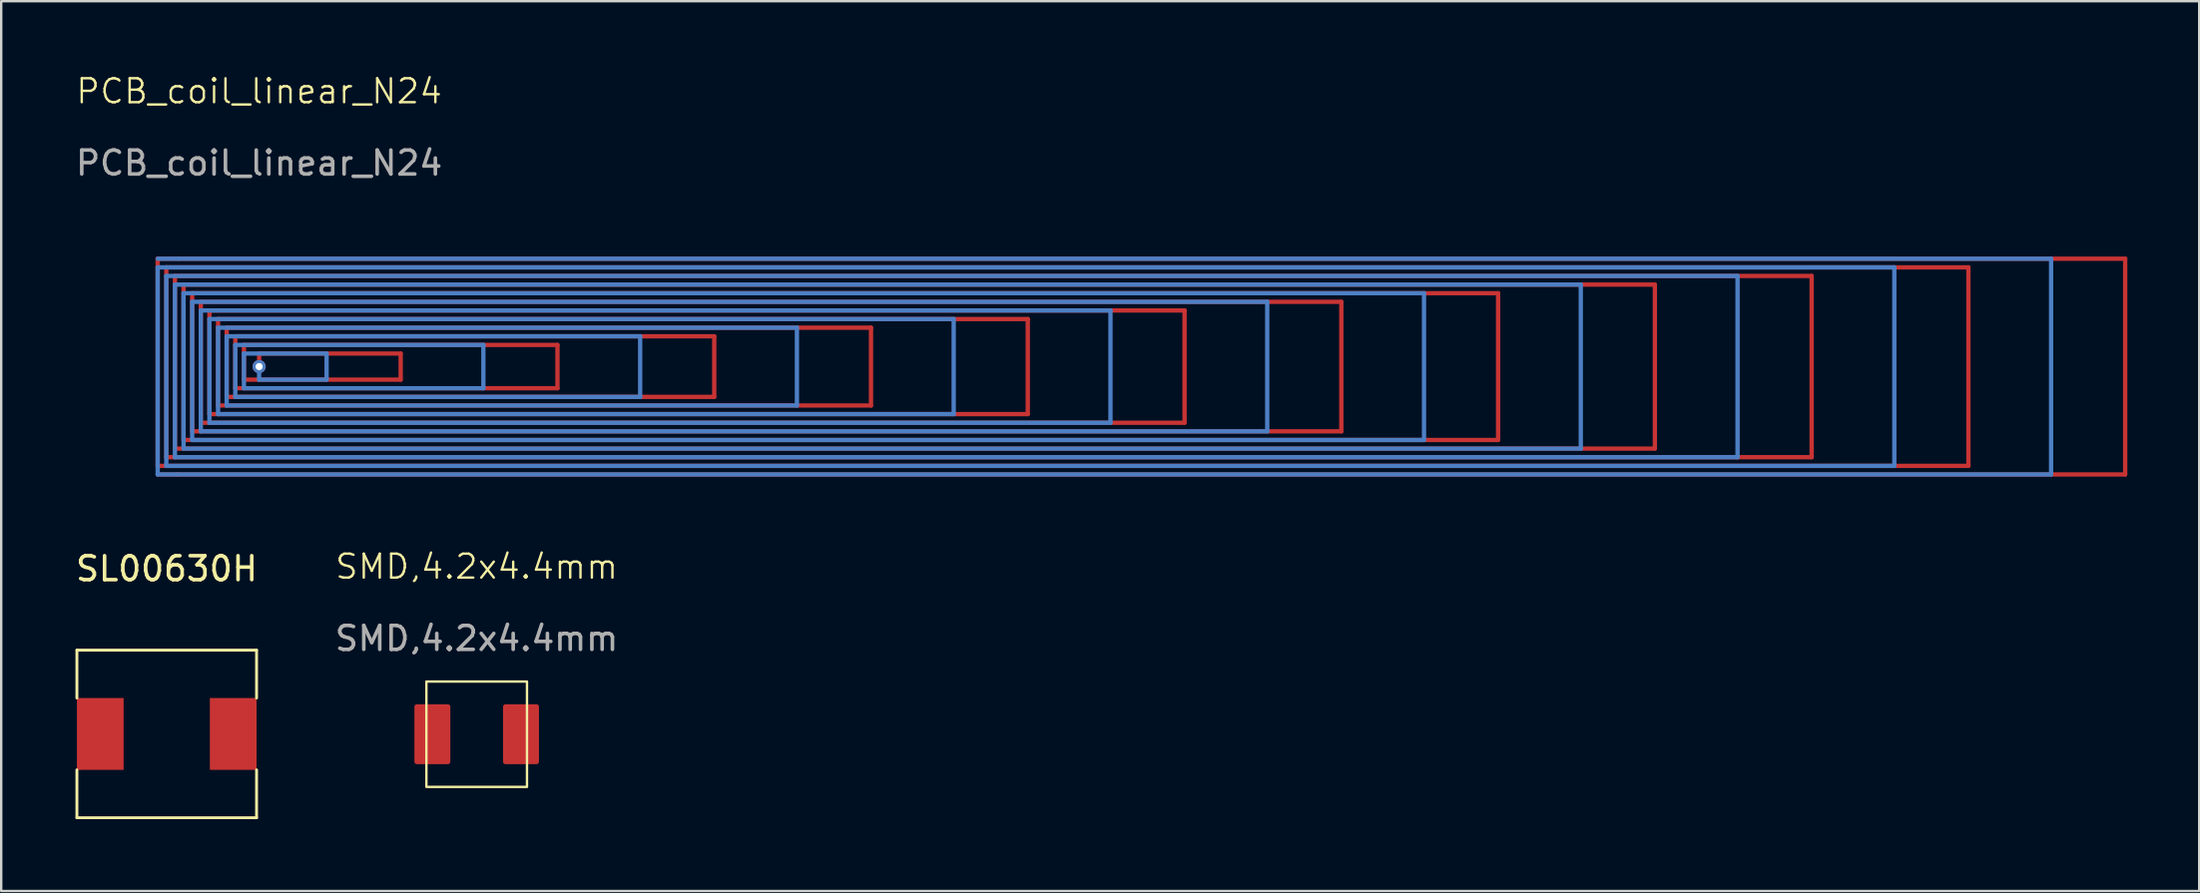
<source format=kicad_pcb>
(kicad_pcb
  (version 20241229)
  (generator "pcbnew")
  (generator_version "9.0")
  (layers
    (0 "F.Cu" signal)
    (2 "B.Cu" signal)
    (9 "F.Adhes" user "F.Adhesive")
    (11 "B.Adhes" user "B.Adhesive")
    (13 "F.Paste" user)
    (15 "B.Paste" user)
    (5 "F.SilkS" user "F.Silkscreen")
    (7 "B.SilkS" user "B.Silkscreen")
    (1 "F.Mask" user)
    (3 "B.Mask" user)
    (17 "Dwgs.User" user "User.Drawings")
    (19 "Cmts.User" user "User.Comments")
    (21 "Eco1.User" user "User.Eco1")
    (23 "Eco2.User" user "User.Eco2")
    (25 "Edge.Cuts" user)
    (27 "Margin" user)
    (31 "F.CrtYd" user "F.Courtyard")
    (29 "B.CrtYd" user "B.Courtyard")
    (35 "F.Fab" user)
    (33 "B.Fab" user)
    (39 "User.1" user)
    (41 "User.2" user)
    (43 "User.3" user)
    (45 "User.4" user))
  (footprint "SL00630H"
    (layer "F.Cu")
    (at 3.911 27.604)
    (property "Reference" "SL00630H" (at 0 -6.9 0) (layer "F.SilkS") (effects (font (size 1 1) (thickness 0.15))))
    (attr through_hole)
    (fp_line (start -3.75 -3.5) (end 3.75 -3.5) (stroke (width 0.12) (type solid)) (layer "F.SilkS"))
    (fp_line (start -3.75 -1.5) (end -3.75 -3.5) (stroke (width 0.12) (type solid)) (layer "F.SilkS"))
    (fp_line (start -3.75 3.5) (end -3.75 1.5) (stroke (width 0.12) (type solid)) (layer "F.SilkS"))
    (fp_line (start 3.75 -1.5) (end 3.75 -3.5) (stroke (width 0.12) (type solid)) (layer "F.SilkS"))
    (fp_line (start 3.75 3.5) (end -3.75 3.5) (stroke (width 0.12) (type solid)) (layer "F.SilkS"))
    (fp_line (start 3.75 3.5) (end 3.75 1.5) (stroke (width 0.12) (type solid)) (layer "F.SilkS"))
    (pad "1" smd rect (at -2.775 0) (size 1.95 3) (layers "F.Cu" "F.Mask" "F.Paste"))
    (pad "2" smd rect (at 2.775 0) (size 1.95 3) (layers "F.Cu" "F.Mask" "F.Paste")))
  (footprint "SMD,4.2x4.4mm"
    (layer "F.Cu")
    (at 16.851 27.616)
    (property "Reference" "SMD,4.2x4.4mm" (at 0 -7 0) (unlocked yes) (layer "F.SilkS") (effects (font (size 1 1) (thickness 0.1))))
    (attr smd)
    (fp_rect (start -2.1 -2.2) (end 2.1 2.2) (stroke (width 0.1) (type default)) (fill no) (layer "F.SilkS"))
    (fp_text user "${REFERENCE}" (at 0 -4 0) (unlocked yes) (layer "F.Fab") (effects (font (size 1 1) (thickness 0.15))))
    (pad "1" smd roundrect (at 1.85 0) (size 1.5 2.5) (layers "F.Cu" "F.Mask" "F.Paste") (roundrect_rratio 0.067))
    (pad "2" smd roundrect (at -1.85 0) (size 1.5 2.5) (layers "F.Cu" "F.Mask" "F.Paste") (roundrect_rratio 0.067)))
  (footprint "PCB_coil_linear_N24"
    (layer "F.Cu")
    (at 7.768 12.261)
    (property "Reference" "PCB_coil_linear_N24" (at 0 -11.5 0) (unlocked yes) (layer "F.SilkS") (effects (font (size 1 1) (thickness 0.1))))
    (attr exclude_from_pos_files exclude_from_bom)
    (fp_line (start -4.235 -4.505) (end 77.905 -4.505) (stroke (width 0.18) (type solid)) (layer "F.Cu"))
    (fp_line (start -4.235 4.145) (end -4.235 -4.505) (stroke (width 0.18) (type solid)) (layer "F.Cu"))
    (fp_line (start -3.875 -4.145) (end 71.36 -4.145) (stroke (width 0.18) (type solid)) (layer "F.Cu"))
    (fp_line (start -3.875 3.785) (end -3.875 -4.145) (stroke (width 0.18) (type solid)) (layer "F.Cu"))
    (fp_line (start -3.515 -3.785) (end 64.815 -3.785) (stroke (width 0.18) (type solid)) (layer "F.Cu"))
    (fp_line (start -3.515 3.425) (end -3.515 -3.785) (stroke (width 0.18) (type solid)) (layer "F.Cu"))
    (fp_line (start -3.155 -3.425) (end 58.27 -3.425) (stroke (width 0.18) (type solid)) (layer "F.Cu"))
    (fp_line (start -3.155 3.065) (end -3.155 -3.425) (stroke (width 0.18) (type solid)) (layer "F.Cu"))
    (fp_line (start -2.795 -3.065) (end 51.725 -3.065) (stroke (width 0.18) (type solid)) (layer "F.Cu"))
    (fp_line (start -2.795 2.705) (end -2.795 -3.065) (stroke (width 0.18) (type solid)) (layer "F.Cu"))
    (fp_line (start -2.435 -2.705) (end 45.18 -2.705) (stroke (width 0.18) (type solid)) (layer "F.Cu"))
    (fp_line (start -2.435 2.345) (end -2.435 -2.705) (stroke (width 0.18) (type solid)) (layer "F.Cu"))
    (fp_line (start -2.075 -2.345) (end 38.635 -2.345) (stroke (width 0.18) (type solid)) (layer "F.Cu"))
    (fp_line (start -2.075 1.985) (end -2.075 -2.345) (stroke (width 0.18) (type solid)) (layer "F.Cu"))
    (fp_line (start -1.715 -1.985) (end 32.09 -1.985) (stroke (width 0.18) (type solid)) (layer "F.Cu"))
    (fp_line (start -1.715 1.625) (end -1.715 -1.985) (stroke (width 0.18) (type solid)) (layer "F.Cu"))
    (fp_line (start -1.355 -1.625) (end -1.355 1.265) (stroke (width 0.18) (type solid)) (layer "F.Cu"))
    (fp_line (start -1.355 1.265) (end 19 1.265) (stroke (width 0.18) (type solid)) (layer "F.Cu"))
    (fp_line (start -0.995 -1.265) (end -0.995 0.905) (stroke (width 0.18) (type solid)) (layer "F.Cu"))
    (fp_line (start -0.995 0.905) (end 12.455 0.905) (stroke (width 0.18) (type solid)) (layer "F.Cu"))
    (fp_line (start -0.635 -0.905) (end -0.635 0.545) (stroke (width 0.18) (type solid)) (layer "F.Cu"))
    (fp_line (start -0.635 0.545) (end 5.91 0.545) (stroke (width 0.18) (type solid)) (layer "F.Cu"))
    (fp_line (start 0 -0.545) (end 5.91 -0.545) (stroke (width 0.18) (type solid)) (layer "F.Cu"))
    (fp_line (start 0 0) (end 0 -0.545) (stroke (width 0.18) (type solid)) (layer "F.Cu"))
    (fp_line (start 5.91 0.545) (end 5.91 -0.545) (stroke (width 0.18) (type solid)) (layer "F.Cu"))
    (fp_line (start 12.455 -0.905) (end -0.635 -0.905) (stroke (width 0.18) (type solid)) (layer "F.Cu"))
    (fp_line (start 12.455 0.905) (end 12.455 -0.905) (stroke (width 0.18) (type solid)) (layer "F.Cu"))
    (fp_line (start 19 -1.265) (end -0.995 -1.265) (stroke (width 0.18) (type solid)) (layer "F.Cu"))
    (fp_line (start 19 1.265) (end 19 -1.265) (stroke (width 0.18) (type solid)) (layer "F.Cu"))
    (fp_line (start 25.545 -1.625) (end -1.355 -1.625) (stroke (width 0.18) (type solid)) (layer "F.Cu"))
    (fp_line (start 25.545 1.625) (end -1.715 1.625) (stroke (width 0.18) (type solid)) (layer "F.Cu"))
    (fp_line (start 25.545 1.625) (end 25.545 -1.625) (stroke (width 0.18) (type solid)) (layer "F.Cu"))
    (fp_line (start 32.09 -1.985) (end 32.09 1.985) (stroke (width 0.18) (type solid)) (layer "F.Cu"))
    (fp_line (start 32.09 1.985) (end -2.075 1.985) (stroke (width 0.18) (type solid)) (layer "F.Cu"))
    (fp_line (start 38.635 -2.345) (end 38.635 2.345) (stroke (width 0.18) (type solid)) (layer "F.Cu"))
    (fp_line (start 38.635 2.345) (end -2.435 2.345) (stroke (width 0.18) (type solid)) (layer "F.Cu"))
    (fp_line (start 45.18 -2.705) (end 45.18 2.705) (stroke (width 0.18) (type solid)) (layer "F.Cu"))
    (fp_line (start 45.18 2.705) (end -2.795 2.705) (stroke (width 0.18) (type solid)) (layer "F.Cu"))
    (fp_line (start 51.725 -3.065) (end 51.725 3.065) (stroke (width 0.18) (type solid)) (layer "F.Cu"))
    (fp_line (start 51.725 3.065) (end -3.155 3.065) (stroke (width 0.18) (type solid)) (layer "F.Cu"))
    (fp_line (start 58.27 -3.425) (end 58.27 3.425) (stroke (width 0.18) (type solid)) (layer "F.Cu"))
    (fp_line (start 58.27 3.425) (end -3.515 3.425) (stroke (width 0.18) (type solid)) (layer "F.Cu"))
    (fp_line (start 64.815 -3.785) (end 64.815 3.785) (stroke (width 0.18) (type solid)) (layer "F.Cu"))
    (fp_line (start 64.815 3.785) (end -3.875 3.785) (stroke (width 0.18) (type solid)) (layer "F.Cu"))
    (fp_line (start 71.36 -4.145) (end 71.36 4.145) (stroke (width 0.18) (type solid)) (layer "F.Cu"))
    (fp_line (start 71.36 4.145) (end -4.235 4.145) (stroke (width 0.18) (type solid)) (layer "F.Cu"))
    (fp_line (start 77.905 -4.505) (end 77.905 4.505) (stroke (width 0.18) (type solid)) (layer "F.Cu"))
    (fp_line (start 77.905 4.505) (end -3.4 4.505) (stroke (width 0.18) (type solid)) (layer "F.Cu"))
    (fp_line (start -4.235 -4.145) (end -4.235 4.505) (stroke (width 0.18) (type solid)) (layer "B.Cu"))
    (fp_line (start -4.235 4.505) (end 74.812 4.505) (stroke (width 0.18) (type solid)) (layer "B.Cu"))
    (fp_line (start -3.875 -3.785) (end -3.875 4.145) (stroke (width 0.18) (type solid)) (layer "B.Cu"))
    (fp_line (start -3.875 4.145) (end 68.267 4.145) (stroke (width 0.18) (type solid)) (layer "B.Cu"))
    (fp_line (start -3.515 -3.425) (end -3.515 3.785) (stroke (width 0.18) (type solid)) (layer "B.Cu"))
    (fp_line (start -3.515 3.785) (end 61.722 3.785) (stroke (width 0.18) (type solid)) (layer "B.Cu"))
    (fp_line (start -3.155 -3.065) (end -3.155 3.425) (stroke (width 0.18) (type solid)) (layer "B.Cu"))
    (fp_line (start -3.155 3.425) (end 55.177 3.425) (stroke (width 0.18) (type solid)) (layer "B.Cu"))
    (fp_line (start -2.795 -2.705) (end -2.795 3.065) (stroke (width 0.18) (type solid)) (layer "B.Cu"))
    (fp_line (start -2.795 3.065) (end 48.632 3.065) (stroke (width 0.18) (type solid)) (layer "B.Cu"))
    (fp_line (start -2.435 -2.345) (end -2.435 2.705) (stroke (width 0.18) (type solid)) (layer "B.Cu"))
    (fp_line (start -2.435 2.705) (end 42.087 2.705) (stroke (width 0.18) (type solid)) (layer "B.Cu"))
    (fp_line (start -2.075 -1.985) (end -2.075 2.345) (stroke (width 0.18) (type solid)) (layer "B.Cu"))
    (fp_line (start -2.075 2.345) (end 35.542 2.345) (stroke (width 0.18) (type solid)) (layer "B.Cu"))
    (fp_line (start -1.715 -1.625) (end -1.715 1.985) (stroke (width 0.18) (type solid)) (layer "B.Cu"))
    (fp_line (start -1.715 1.985) (end 28.997 1.985) (stroke (width 0.18) (type solid)) (layer "B.Cu"))
    (fp_line (start -1.355 -1.265) (end 15.907 -1.265) (stroke (width 0.18) (type solid)) (layer "B.Cu"))
    (fp_line (start -1.355 1.625) (end -1.355 -1.265) (stroke (width 0.18) (type solid)) (layer "B.Cu"))
    (fp_line (start -0.995 -0.905) (end 9.362 -0.905) (stroke (width 0.18) (type solid)) (layer "B.Cu"))
    (fp_line (start -0.995 1.265) (end -0.995 -0.905) (stroke (width 0.18) (type solid)) (layer "B.Cu"))
    (fp_line (start -0.635 -0.545) (end 2.817 -0.545) (stroke (width 0.18) (type solid)) (layer "B.Cu"))
    (fp_line (start -0.635 0.905) (end -0.635 -0.545) (stroke (width 0.18) (type solid)) (layer "B.Cu"))
    (fp_line (start 0 0.545) (end 0 0) (stroke (width 0.18) (type solid)) (layer "B.Cu"))
    (fp_line (start 2.817 -0.545) (end 2.817 0.545) (stroke (width 0.18) (type solid)) (layer "B.Cu"))
    (fp_line (start 2.817 0.545) (end 0 0.545) (stroke (width 0.18) (type solid)) (layer "B.Cu"))
    (fp_line (start 9.362 -0.905) (end 9.362 0.905) (stroke (width 0.18) (type solid)) (layer "B.Cu"))
    (fp_line (start 9.362 0.905) (end -0.635 0.905) (stroke (width 0.18) (type solid)) (layer "B.Cu"))
    (fp_line (start 15.907 -1.265) (end 15.907 1.265) (stroke (width 0.18) (type solid)) (layer "B.Cu"))
    (fp_line (start 15.907 1.265) (end -0.995 1.265) (stroke (width 0.18) (type solid)) (layer "B.Cu"))
    (fp_line (start 22.452 -1.625) (end -1.715 -1.625) (stroke (width 0.18) (type solid)) (layer "B.Cu"))
    (fp_line (start 22.452 -1.625) (end 22.452 1.625) (stroke (width 0.18) (type solid)) (layer "B.Cu"))
    (fp_line (start 22.452 1.625) (end -1.355 1.625) (stroke (width 0.18) (type solid)) (layer "B.Cu"))
    (fp_line (start 28.997 -1.985) (end -2.075 -1.985) (stroke (width 0.18) (type solid)) (layer "B.Cu"))
    (fp_line (start 28.997 1.985) (end 28.997 -1.985) (stroke (width 0.18) (type solid)) (layer "B.Cu"))
    (fp_line (start 35.542 -2.345) (end -2.435 -2.345) (stroke (width 0.18) (type solid)) (layer "B.Cu"))
    (fp_line (start 35.542 2.345) (end 35.542 -2.345) (stroke (width 0.18) (type solid)) (layer "B.Cu"))
    (fp_line (start 42.087 -2.705) (end -2.795 -2.705) (stroke (width 0.18) (type solid)) (layer "B.Cu"))
    (fp_line (start 42.087 2.705) (end 42.087 -2.705) (stroke (width 0.18) (type solid)) (layer "B.Cu"))
    (fp_line (start 48.632 -3.065) (end -3.155 -3.065) (stroke (width 0.18) (type solid)) (layer "B.Cu"))
    (fp_line (start 48.632 3.065) (end 48.632 -3.065) (stroke (width 0.18) (type solid)) (layer "B.Cu"))
    (fp_line (start 55.177 -3.425) (end -3.515 -3.425) (stroke (width 0.18) (type solid)) (layer "B.Cu"))
    (fp_line (start 55.177 3.425) (end 55.177 -3.425) (stroke (width 0.18) (type solid)) (layer "B.Cu"))
    (fp_line (start 61.722 -3.785) (end -3.875 -3.785) (stroke (width 0.18) (type solid)) (layer "B.Cu"))
    (fp_line (start 61.722 3.785) (end 61.722 -3.785) (stroke (width 0.18) (type solid)) (layer "B.Cu"))
    (fp_line (start 68.267 -4.145) (end -4.235 -4.145) (stroke (width 0.18) (type solid)) (layer "B.Cu"))
    (fp_line (start 68.267 4.145) (end 68.267 -4.145) (stroke (width 0.18) (type solid)) (layer "B.Cu"))
    (fp_line (start 74.812 -4.505) (end -3.35 -4.505) (stroke (width 0.18) (type solid)) (layer "B.Cu"))
    (fp_line (start 74.812 4.505) (end 74.812 -4.505) (stroke (width 0.18) (type solid)) (layer "B.Cu"))
    (fp_text user "${REFERENCE}" (at 0 -8.5 0) (unlocked yes) (layer "F.Fab") (effects (font (size 1 1) (thickness 0.15))))
    (pad "" np_thru_hole circle (at 0 0) (size 0.55 0.55) (drill 0.3) (layers "*.Cu"))
    (pad "1" connect oval (at -3.8 4.505 90) (size 0.18 1.05) (layers "F.Cu"))
    (pad "2" connect oval (at -3.8 -4.505 270) (size 0.18 1.05) (layers "B.Cu")))
  (gr_rect
    (start -3 -3)
    (end 88.763 34.164)
    (stroke (width 0.1) (type default))
    (fill no)
    (layer "Edge.Cuts")))
</source>
